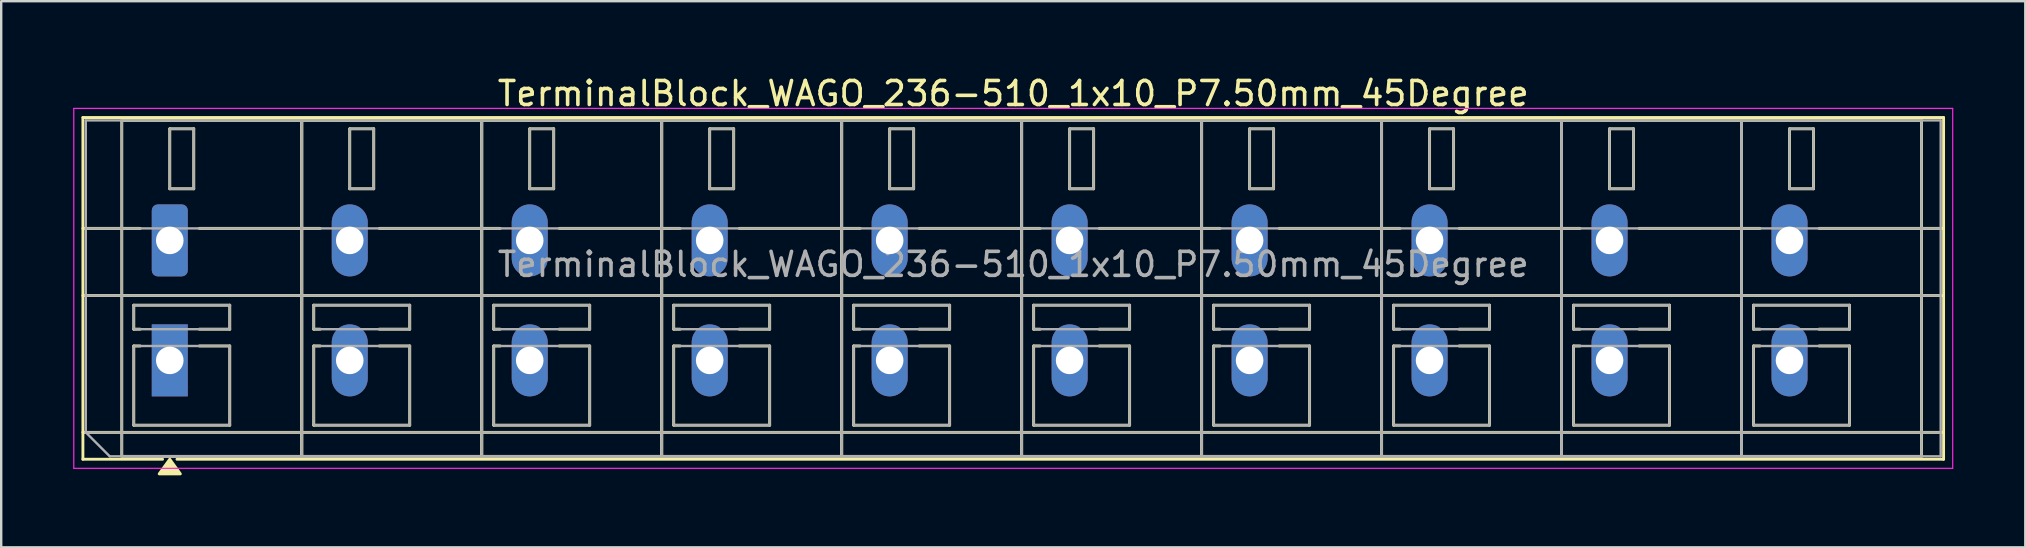
<source format=kicad_pcb>
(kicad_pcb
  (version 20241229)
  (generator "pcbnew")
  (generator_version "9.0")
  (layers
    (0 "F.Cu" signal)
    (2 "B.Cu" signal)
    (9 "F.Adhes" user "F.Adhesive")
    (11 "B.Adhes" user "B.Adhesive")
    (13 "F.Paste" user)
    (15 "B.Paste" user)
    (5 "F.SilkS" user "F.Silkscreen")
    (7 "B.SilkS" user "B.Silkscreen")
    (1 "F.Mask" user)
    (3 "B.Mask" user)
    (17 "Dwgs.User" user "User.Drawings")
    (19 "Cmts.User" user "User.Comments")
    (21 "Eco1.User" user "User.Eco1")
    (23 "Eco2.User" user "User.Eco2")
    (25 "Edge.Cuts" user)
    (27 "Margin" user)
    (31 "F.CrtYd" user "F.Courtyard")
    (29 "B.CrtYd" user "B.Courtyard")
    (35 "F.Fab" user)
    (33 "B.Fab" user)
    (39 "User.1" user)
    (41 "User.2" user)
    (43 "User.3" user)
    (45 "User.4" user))
  (footprint "TerminalBlock_WAGO_236-510_1x10_P7.50mm_45Degree"
    (layer "F.Cu")
    (at 4.025 6.968)
    (property "Reference" "TerminalBlock_WAGO_236-510_1x10_P7.50mm_45Degree" (at 35.15 -6.12 0) (layer "F.SilkS") (effects (font (size 1 1) (thickness 0.15))))
    (attr through_hole)
    (fp_line (start -3.62 -5.12) (end -3.62 9.12) (stroke (width 0.12) (type solid)) (layer "F.SilkS"))
    (fp_line (start -3.62 -5.12) (end 73.92 -5.12) (stroke (width 0.12) (type solid)) (layer "F.SilkS"))
    (fp_line (start -3.62 -0.5) (end -1.23 -0.5) (stroke (width 0.12) (type solid)) (layer "F.SilkS"))
    (fp_line (start -3.62 2.3) (end 73.92 2.3) (stroke (width 0.12) (type solid)) (layer "F.SilkS"))
    (fp_line (start -3.62 8) (end 73.92 8) (stroke (width 0.12) (type solid)) (layer "F.SilkS"))
    (fp_line (start -3.62 9.12) (end -0.3 9.12) (stroke (width 0.12) (type solid)) (layer "F.SilkS"))
    (fp_line (start -2 -5) (end -2 9) (stroke (width 0.12) (type solid)) (layer "F.SilkS"))
    (fp_line (start -2 -5) (end 5.5 -5) (stroke (width 0.12) (type solid)) (layer "F.SilkS"))
    (fp_line (start -2 9) (end 5.5 9) (stroke (width 0.12) (type solid)) (layer "F.SilkS"))
    (fp_line (start -1.5 2.7) (end -1.5 3.7) (stroke (width 0.12) (type solid)) (layer "F.SilkS"))
    (fp_line (start -1.5 2.7) (end 2.5 2.7) (stroke (width 0.12) (type solid)) (layer "F.SilkS"))
    (fp_line (start -1.5 3.7) (end -1.23 3.7) (stroke (width 0.12) (type solid)) (layer "F.SilkS"))
    (fp_line (start -1.5 4.4) (end -1.5 7.7) (stroke (width 0.12) (type solid)) (layer "F.SilkS"))
    (fp_line (start -1.5 4.4) (end -1.23 4.4) (stroke (width 0.12) (type solid)) (layer "F.SilkS"))
    (fp_line (start -1.5 7.7) (end 2.5 7.7) (stroke (width 0.12) (type solid)) (layer "F.SilkS"))
    (fp_line (start 0 -4.65) (end 0 -2.15) (stroke (width 0.12) (type solid)) (layer "F.SilkS"))
    (fp_line (start 0 -4.65) (end 1 -4.65) (stroke (width 0.12) (type solid)) (layer "F.SilkS"))
    (fp_line (start 0 -2.15) (end 1 -2.15) (stroke (width 0.12) (type solid)) (layer "F.SilkS"))
    (fp_line (start 0.3 9.12) (end 73.92 9.12) (stroke (width 0.12) (type solid)) (layer "F.SilkS"))
    (fp_line (start 1 -4.65) (end 1 -2.15) (stroke (width 0.12) (type solid)) (layer "F.SilkS"))
    (fp_line (start 1.23 -0.5) (end 6.27 -0.5) (stroke (width 0.12) (type solid)) (layer "F.SilkS"))
    (fp_line (start 1.23 3.7) (end 2.5 3.7) (stroke (width 0.12) (type solid)) (layer "F.SilkS"))
    (fp_line (start 1.23 4.4) (end 2.5 4.4) (stroke (width 0.12) (type solid)) (layer "F.SilkS"))
    (fp_line (start 2.5 2.7) (end 2.5 3.7) (stroke (width 0.12) (type solid)) (layer "F.SilkS"))
    (fp_line (start 2.5 4.4) (end 2.5 7.7) (stroke (width 0.12) (type solid)) (layer "F.SilkS"))
    (fp_line (start 5.5 -5) (end 5.5 9) (stroke (width 0.12) (type solid)) (layer "F.SilkS"))
    (fp_line (start 5.5 -5) (end 5.5 9) (stroke (width 0.12) (type solid)) (layer "F.SilkS"))
    (fp_line (start 5.5 -5) (end 13 -5) (stroke (width 0.12) (type solid)) (layer "F.SilkS"))
    (fp_line (start 5.5 9) (end 13 9) (stroke (width 0.12) (type solid)) (layer "F.SilkS"))
    (fp_line (start 6 2.7) (end 6 3.7) (stroke (width 0.12) (type solid)) (layer "F.SilkS"))
    (fp_line (start 6 2.7) (end 10 2.7) (stroke (width 0.12) (type solid)) (layer "F.SilkS"))
    (fp_line (start 6 3.7) (end 6.27 3.7) (stroke (width 0.12) (type solid)) (layer "F.SilkS"))
    (fp_line (start 6 4.4) (end 6 7.7) (stroke (width 0.12) (type solid)) (layer "F.SilkS"))
    (fp_line (start 6 4.4) (end 6.27 4.4) (stroke (width 0.12) (type solid)) (layer "F.SilkS"))
    (fp_line (start 6 7.7) (end 10 7.7) (stroke (width 0.12) (type solid)) (layer "F.SilkS"))
    (fp_line (start 7.5 -4.65) (end 7.5 -2.15) (stroke (width 0.12) (type solid)) (layer "F.SilkS"))
    (fp_line (start 7.5 -4.65) (end 8.5 -4.65) (stroke (width 0.12) (type solid)) (layer "F.SilkS"))
    (fp_line (start 7.5 -2.15) (end 8.5 -2.15) (stroke (width 0.12) (type solid)) (layer "F.SilkS"))
    (fp_line (start 8.5 -4.65) (end 8.5 -2.15) (stroke (width 0.12) (type solid)) (layer "F.SilkS"))
    (fp_line (start 8.73 -0.5) (end 13.77 -0.5) (stroke (width 0.12) (type solid)) (layer "F.SilkS"))
    (fp_line (start 8.73 3.7) (end 10 3.7) (stroke (width 0.12) (type solid)) (layer "F.SilkS"))
    (fp_line (start 8.73 4.4) (end 10 4.4) (stroke (width 0.12) (type solid)) (layer "F.SilkS"))
    (fp_line (start 10 2.7) (end 10 3.7) (stroke (width 0.12) (type solid)) (layer "F.SilkS"))
    (fp_line (start 10 4.4) (end 10 7.7) (stroke (width 0.12) (type solid)) (layer "F.SilkS"))
    (fp_line (start 13 -5) (end 13 9) (stroke (width 0.12) (type solid)) (layer "F.SilkS"))
    (fp_line (start 13 -5) (end 13 9) (stroke (width 0.12) (type solid)) (layer "F.SilkS"))
    (fp_line (start 13 -5) (end 20.5 -5) (stroke (width 0.12) (type solid)) (layer "F.SilkS"))
    (fp_line (start 13 9) (end 20.5 9) (stroke (width 0.12) (type solid)) (layer "F.SilkS"))
    (fp_line (start 13.5 2.7) (end 13.5 3.7) (stroke (width 0.12) (type solid)) (layer "F.SilkS"))
    (fp_line (start 13.5 2.7) (end 17.5 2.7) (stroke (width 0.12) (type solid)) (layer "F.SilkS"))
    (fp_line (start 13.5 3.7) (end 13.77 3.7) (stroke (width 0.12) (type solid)) (layer "F.SilkS"))
    (fp_line (start 13.5 4.4) (end 13.5 7.7) (stroke (width 0.12) (type solid)) (layer "F.SilkS"))
    (fp_line (start 13.5 4.4) (end 13.77 4.4) (stroke (width 0.12) (type solid)) (layer "F.SilkS"))
    (fp_line (start 13.5 7.7) (end 17.5 7.7) (stroke (width 0.12) (type solid)) (layer "F.SilkS"))
    (fp_line (start 15 -4.65) (end 15 -2.15) (stroke (width 0.12) (type solid)) (layer "F.SilkS"))
    (fp_line (start 15 -4.65) (end 16 -4.65) (stroke (width 0.12) (type solid)) (layer "F.SilkS"))
    (fp_line (start 15 -2.15) (end 16 -2.15) (stroke (width 0.12) (type solid)) (layer "F.SilkS"))
    (fp_line (start 16 -4.65) (end 16 -2.15) (stroke (width 0.12) (type solid)) (layer "F.SilkS"))
    (fp_line (start 16.23 -0.5) (end 21.27 -0.5) (stroke (width 0.12) (type solid)) (layer "F.SilkS"))
    (fp_line (start 16.23 3.7) (end 17.5 3.7) (stroke (width 0.12) (type solid)) (layer "F.SilkS"))
    (fp_line (start 16.23 4.4) (end 17.5 4.4) (stroke (width 0.12) (type solid)) (layer "F.SilkS"))
    (fp_line (start 17.5 2.7) (end 17.5 3.7) (stroke (width 0.12) (type solid)) (layer "F.SilkS"))
    (fp_line (start 17.5 4.4) (end 17.5 7.7) (stroke (width 0.12) (type solid)) (layer "F.SilkS"))
    (fp_line (start 20.5 -5) (end 20.5 9) (stroke (width 0.12) (type solid)) (layer "F.SilkS"))
    (fp_line (start 20.5 -5) (end 20.5 9) (stroke (width 0.12) (type solid)) (layer "F.SilkS"))
    (fp_line (start 20.5 -5) (end 28 -5) (stroke (width 0.12) (type solid)) (layer "F.SilkS"))
    (fp_line (start 20.5 9) (end 28 9) (stroke (width 0.12) (type solid)) (layer "F.SilkS"))
    (fp_line (start 21 2.7) (end 21 3.7) (stroke (width 0.12) (type solid)) (layer "F.SilkS"))
    (fp_line (start 21 2.7) (end 25 2.7) (stroke (width 0.12) (type solid)) (layer "F.SilkS"))
    (fp_line (start 21 3.7) (end 21.27 3.7) (stroke (width 0.12) (type solid)) (layer "F.SilkS"))
    (fp_line (start 21 4.4) (end 21 7.7) (stroke (width 0.12) (type solid)) (layer "F.SilkS"))
    (fp_line (start 21 4.4) (end 21.27 4.4) (stroke (width 0.12) (type solid)) (layer "F.SilkS"))
    (fp_line (start 21 7.7) (end 25 7.7) (stroke (width 0.12) (type solid)) (layer "F.SilkS"))
    (fp_line (start 22.5 -4.65) (end 22.5 -2.15) (stroke (width 0.12) (type solid)) (layer "F.SilkS"))
    (fp_line (start 22.5 -4.65) (end 23.5 -4.65) (stroke (width 0.12) (type solid)) (layer "F.SilkS"))
    (fp_line (start 22.5 -2.15) (end 23.5 -2.15) (stroke (width 0.12) (type solid)) (layer "F.SilkS"))
    (fp_line (start 23.5 -4.65) (end 23.5 -2.15) (stroke (width 0.12) (type solid)) (layer "F.SilkS"))
    (fp_line (start 23.73 -0.5) (end 28.77 -0.5) (stroke (width 0.12) (type solid)) (layer "F.SilkS"))
    (fp_line (start 23.73 3.7) (end 25 3.7) (stroke (width 0.12) (type solid)) (layer "F.SilkS"))
    (fp_line (start 23.73 4.4) (end 25 4.4) (stroke (width 0.12) (type solid)) (layer "F.SilkS"))
    (fp_line (start 25 2.7) (end 25 3.7) (stroke (width 0.12) (type solid)) (layer "F.SilkS"))
    (fp_line (start 25 4.4) (end 25 7.7) (stroke (width 0.12) (type solid)) (layer "F.SilkS"))
    (fp_line (start 28 -5) (end 28 9) (stroke (width 0.12) (type solid)) (layer "F.SilkS"))
    (fp_line (start 28 -5) (end 28 9) (stroke (width 0.12) (type solid)) (layer "F.SilkS"))
    (fp_line (start 28 -5) (end 35.5 -5) (stroke (width 0.12) (type solid)) (layer "F.SilkS"))
    (fp_line (start 28 9) (end 35.5 9) (stroke (width 0.12) (type solid)) (layer "F.SilkS"))
    (fp_line (start 28.5 2.7) (end 28.5 3.7) (stroke (width 0.12) (type solid)) (layer "F.SilkS"))
    (fp_line (start 28.5 2.7) (end 32.5 2.7) (stroke (width 0.12) (type solid)) (layer "F.SilkS"))
    (fp_line (start 28.5 3.7) (end 28.77 3.7) (stroke (width 0.12) (type solid)) (layer "F.SilkS"))
    (fp_line (start 28.5 4.4) (end 28.5 7.7) (stroke (width 0.12) (type solid)) (layer "F.SilkS"))
    (fp_line (start 28.5 4.4) (end 28.77 4.4) (stroke (width 0.12) (type solid)) (layer "F.SilkS"))
    (fp_line (start 28.5 7.7) (end 32.5 7.7) (stroke (width 0.12) (type solid)) (layer "F.SilkS"))
    (fp_line (start 30 -4.65) (end 30 -2.15) (stroke (width 0.12) (type solid)) (layer "F.SilkS"))
    (fp_line (start 30 -4.65) (end 31 -4.65) (stroke (width 0.12) (type solid)) (layer "F.SilkS"))
    (fp_line (start 30 -2.15) (end 31 -2.15) (stroke (width 0.12) (type solid)) (layer "F.SilkS"))
    (fp_line (start 31 -4.65) (end 31 -2.15) (stroke (width 0.12) (type solid)) (layer "F.SilkS"))
    (fp_line (start 31.23 -0.5) (end 36.27 -0.5) (stroke (width 0.12) (type solid)) (layer "F.SilkS"))
    (fp_line (start 31.23 3.7) (end 32.5 3.7) (stroke (width 0.12) (type solid)) (layer "F.SilkS"))
    (fp_line (start 31.23 4.4) (end 32.5 4.4) (stroke (width 0.12) (type solid)) (layer "F.SilkS"))
    (fp_line (start 32.5 2.7) (end 32.5 3.7) (stroke (width 0.12) (type solid)) (layer "F.SilkS"))
    (fp_line (start 32.5 4.4) (end 32.5 7.7) (stroke (width 0.12) (type solid)) (layer "F.SilkS"))
    (fp_line (start 35.5 -5) (end 35.5 9) (stroke (width 0.12) (type solid)) (layer "F.SilkS"))
    (fp_line (start 35.5 -5) (end 35.5 9) (stroke (width 0.12) (type solid)) (layer "F.SilkS"))
    (fp_line (start 35.5 -5) (end 43 -5) (stroke (width 0.12) (type solid)) (layer "F.SilkS"))
    (fp_line (start 35.5 9) (end 43 9) (stroke (width 0.12) (type solid)) (layer "F.SilkS"))
    (fp_line (start 36 2.7) (end 36 3.7) (stroke (width 0.12) (type solid)) (layer "F.SilkS"))
    (fp_line (start 36 2.7) (end 40 2.7) (stroke (width 0.12) (type solid)) (layer "F.SilkS"))
    (fp_line (start 36 3.7) (end 36.27 3.7) (stroke (width 0.12) (type solid)) (layer "F.SilkS"))
    (fp_line (start 36 4.4) (end 36 7.7) (stroke (width 0.12) (type solid)) (layer "F.SilkS"))
    (fp_line (start 36 4.4) (end 36.27 4.4) (stroke (width 0.12) (type solid)) (layer "F.SilkS"))
    (fp_line (start 36 7.7) (end 40 7.7) (stroke (width 0.12) (type solid)) (layer "F.SilkS"))
    (fp_line (start 37.5 -4.65) (end 37.5 -2.15) (stroke (width 0.12) (type solid)) (layer "F.SilkS"))
    (fp_line (start 37.5 -4.65) (end 38.5 -4.65) (stroke (width 0.12) (type solid)) (layer "F.SilkS"))
    (fp_line (start 37.5 -2.15) (end 38.5 -2.15) (stroke (width 0.12) (type solid)) (layer "F.SilkS"))
    (fp_line (start 38.5 -4.65) (end 38.5 -2.15) (stroke (width 0.12) (type solid)) (layer "F.SilkS"))
    (fp_line (start 38.73 -0.5) (end 43.77 -0.5) (stroke (width 0.12) (type solid)) (layer "F.SilkS"))
    (fp_line (start 38.73 3.7) (end 40 3.7) (stroke (width 0.12) (type solid)) (layer "F.SilkS"))
    (fp_line (start 38.73 4.4) (end 40 4.4) (stroke (width 0.12) (type solid)) (layer "F.SilkS"))
    (fp_line (start 40 2.7) (end 40 3.7) (stroke (width 0.12) (type solid)) (layer "F.SilkS"))
    (fp_line (start 40 4.4) (end 40 7.7) (stroke (width 0.12) (type solid)) (layer "F.SilkS"))
    (fp_line (start 43 -5) (end 43 9) (stroke (width 0.12) (type solid)) (layer "F.SilkS"))
    (fp_line (start 43 -5) (end 43 9) (stroke (width 0.12) (type solid)) (layer "F.SilkS"))
    (fp_line (start 43 -5) (end 50.5 -5) (stroke (width 0.12) (type solid)) (layer "F.SilkS"))
    (fp_line (start 43 9) (end 50.5 9) (stroke (width 0.12) (type solid)) (layer "F.SilkS"))
    (fp_line (start 43.5 2.7) (end 43.5 3.7) (stroke (width 0.12) (type solid)) (layer "F.SilkS"))
    (fp_line (start 43.5 2.7) (end 47.5 2.7) (stroke (width 0.12) (type solid)) (layer "F.SilkS"))
    (fp_line (start 43.5 3.7) (end 43.77 3.7) (stroke (width 0.12) (type solid)) (layer "F.SilkS"))
    (fp_line (start 43.5 4.4) (end 43.5 7.7) (stroke (width 0.12) (type solid)) (layer "F.SilkS"))
    (fp_line (start 43.5 4.4) (end 43.77 4.4) (stroke (width 0.12) (type solid)) (layer "F.SilkS"))
    (fp_line (start 43.5 7.7) (end 47.5 7.7) (stroke (width 0.12) (type solid)) (layer "F.SilkS"))
    (fp_line (start 45 -4.65) (end 45 -2.15) (stroke (width 0.12) (type solid)) (layer "F.SilkS"))
    (fp_line (start 45 -4.65) (end 46 -4.65) (stroke (width 0.12) (type solid)) (layer "F.SilkS"))
    (fp_line (start 45 -2.15) (end 46 -2.15) (stroke (width 0.12) (type solid)) (layer "F.SilkS"))
    (fp_line (start 46 -4.65) (end 46 -2.15) (stroke (width 0.12) (type solid)) (layer "F.SilkS"))
    (fp_line (start 46.23 -0.5) (end 51.27 -0.5) (stroke (width 0.12) (type solid)) (layer "F.SilkS"))
    (fp_line (start 46.23 3.7) (end 47.5 3.7) (stroke (width 0.12) (type solid)) (layer "F.SilkS"))
    (fp_line (start 46.23 4.4) (end 47.5 4.4) (stroke (width 0.12) (type solid)) (layer "F.SilkS"))
    (fp_line (start 47.5 2.7) (end 47.5 3.7) (stroke (width 0.12) (type solid)) (layer "F.SilkS"))
    (fp_line (start 47.5 4.4) (end 47.5 7.7) (stroke (width 0.12) (type solid)) (layer "F.SilkS"))
    (fp_line (start 50.5 -5) (end 50.5 9) (stroke (width 0.12) (type solid)) (layer "F.SilkS"))
    (fp_line (start 50.5 -5) (end 50.5 9) (stroke (width 0.12) (type solid)) (layer "F.SilkS"))
    (fp_line (start 50.5 -5) (end 58 -5) (stroke (width 0.12) (type solid)) (layer "F.SilkS"))
    (fp_line (start 50.5 9) (end 58 9) (stroke (width 0.12) (type solid)) (layer "F.SilkS"))
    (fp_line (start 51 2.7) (end 51 3.7) (stroke (width 0.12) (type solid)) (layer "F.SilkS"))
    (fp_line (start 51 2.7) (end 55 2.7) (stroke (width 0.12) (type solid)) (layer "F.SilkS"))
    (fp_line (start 51 3.7) (end 51.27 3.7) (stroke (width 0.12) (type solid)) (layer "F.SilkS"))
    (fp_line (start 51 4.4) (end 51 7.7) (stroke (width 0.12) (type solid)) (layer "F.SilkS"))
    (fp_line (start 51 4.4) (end 51.27 4.4) (stroke (width 0.12) (type solid)) (layer "F.SilkS"))
    (fp_line (start 51 7.7) (end 55 7.7) (stroke (width 0.12) (type solid)) (layer "F.SilkS"))
    (fp_line (start 52.5 -4.65) (end 52.5 -2.15) (stroke (width 0.12) (type solid)) (layer "F.SilkS"))
    (fp_line (start 52.5 -4.65) (end 53.5 -4.65) (stroke (width 0.12) (type solid)) (layer "F.SilkS"))
    (fp_line (start 52.5 -2.15) (end 53.5 -2.15) (stroke (width 0.12) (type solid)) (layer "F.SilkS"))
    (fp_line (start 53.5 -4.65) (end 53.5 -2.15) (stroke (width 0.12) (type solid)) (layer "F.SilkS"))
    (fp_line (start 53.73 -0.5) (end 58.77 -0.5) (stroke (width 0.12) (type solid)) (layer "F.SilkS"))
    (fp_line (start 53.73 3.7) (end 55 3.7) (stroke (width 0.12) (type solid)) (layer "F.SilkS"))
    (fp_line (start 53.73 4.4) (end 55 4.4) (stroke (width 0.12) (type solid)) (layer "F.SilkS"))
    (fp_line (start 55 2.7) (end 55 3.7) (stroke (width 0.12) (type solid)) (layer "F.SilkS"))
    (fp_line (start 55 4.4) (end 55 7.7) (stroke (width 0.12) (type solid)) (layer "F.SilkS"))
    (fp_line (start 58 -5) (end 58 9) (stroke (width 0.12) (type solid)) (layer "F.SilkS"))
    (fp_line (start 58 -5) (end 58 9) (stroke (width 0.12) (type solid)) (layer "F.SilkS"))
    (fp_line (start 58 -5) (end 65.5 -5) (stroke (width 0.12) (type solid)) (layer "F.SilkS"))
    (fp_line (start 58 9) (end 65.5 9) (stroke (width 0.12) (type solid)) (layer "F.SilkS"))
    (fp_line (start 58.5 2.7) (end 58.5 3.7) (stroke (width 0.12) (type solid)) (layer "F.SilkS"))
    (fp_line (start 58.5 2.7) (end 62.5 2.7) (stroke (width 0.12) (type solid)) (layer "F.SilkS"))
    (fp_line (start 58.5 3.7) (end 58.77 3.7) (stroke (width 0.12) (type solid)) (layer "F.SilkS"))
    (fp_line (start 58.5 4.4) (end 58.5 7.7) (stroke (width 0.12) (type solid)) (layer "F.SilkS"))
    (fp_line (start 58.5 4.4) (end 58.77 4.4) (stroke (width 0.12) (type solid)) (layer "F.SilkS"))
    (fp_line (start 58.5 7.7) (end 62.5 7.7) (stroke (width 0.12) (type solid)) (layer "F.SilkS"))
    (fp_line (start 60 -4.65) (end 60 -2.15) (stroke (width 0.12) (type solid)) (layer "F.SilkS"))
    (fp_line (start 60 -4.65) (end 61 -4.65) (stroke (width 0.12) (type solid)) (layer "F.SilkS"))
    (fp_line (start 60 -2.15) (end 61 -2.15) (stroke (width 0.12) (type solid)) (layer "F.SilkS"))
    (fp_line (start 61 -4.65) (end 61 -2.15) (stroke (width 0.12) (type solid)) (layer "F.SilkS"))
    (fp_line (start 61.23 -0.5) (end 66.27 -0.5) (stroke (width 0.12) (type solid)) (layer "F.SilkS"))
    (fp_line (start 61.23 3.7) (end 62.5 3.7) (stroke (width 0.12) (type solid)) (layer "F.SilkS"))
    (fp_line (start 61.23 4.4) (end 62.5 4.4) (stroke (width 0.12) (type solid)) (layer "F.SilkS"))
    (fp_line (start 62.5 2.7) (end 62.5 3.7) (stroke (width 0.12) (type solid)) (layer "F.SilkS"))
    (fp_line (start 62.5 4.4) (end 62.5 7.7) (stroke (width 0.12) (type solid)) (layer "F.SilkS"))
    (fp_line (start 65.5 -5) (end 65.5 9) (stroke (width 0.12) (type solid)) (layer "F.SilkS"))
    (fp_line (start 65.5 -5) (end 65.5 9) (stroke (width 0.12) (type solid)) (layer "F.SilkS"))
    (fp_line (start 65.5 -5) (end 73 -5) (stroke (width 0.12) (type solid)) (layer "F.SilkS"))
    (fp_line (start 65.5 9) (end 73 9) (stroke (width 0.12) (type solid)) (layer "F.SilkS"))
    (fp_line (start 66 2.7) (end 66 3.7) (stroke (width 0.12) (type solid)) (layer "F.SilkS"))
    (fp_line (start 66 2.7) (end 70 2.7) (stroke (width 0.12) (type solid)) (layer "F.SilkS"))
    (fp_line (start 66 3.7) (end 66.27 3.7) (stroke (width 0.12) (type solid)) (layer "F.SilkS"))
    (fp_line (start 66 4.4) (end 66 7.7) (stroke (width 0.12) (type solid)) (layer "F.SilkS"))
    (fp_line (start 66 4.4) (end 66.27 4.4) (stroke (width 0.12) (type solid)) (layer "F.SilkS"))
    (fp_line (start 66 7.7) (end 70 7.7) (stroke (width 0.12) (type solid)) (layer "F.SilkS"))
    (fp_line (start 67.5 -4.65) (end 67.5 -2.15) (stroke (width 0.12) (type solid)) (layer "F.SilkS"))
    (fp_line (start 67.5 -4.65) (end 68.5 -4.65) (stroke (width 0.12) (type solid)) (layer "F.SilkS"))
    (fp_line (start 67.5 -2.15) (end 68.5 -2.15) (stroke (width 0.12) (type solid)) (layer "F.SilkS"))
    (fp_line (start 68.5 -4.65) (end 68.5 -2.15) (stroke (width 0.12) (type solid)) (layer "F.SilkS"))
    (fp_line (start 68.73 -0.5) (end 73.92 -0.5) (stroke (width 0.12) (type solid)) (layer "F.SilkS"))
    (fp_line (start 68.73 3.7) (end 70 3.7) (stroke (width 0.12) (type solid)) (layer "F.SilkS"))
    (fp_line (start 68.73 4.4) (end 70 4.4) (stroke (width 0.12) (type solid)) (layer "F.SilkS"))
    (fp_line (start 70 2.7) (end 70 3.7) (stroke (width 0.12) (type solid)) (layer "F.SilkS"))
    (fp_line (start 70 4.4) (end 70 7.7) (stroke (width 0.12) (type solid)) (layer "F.SilkS"))
    (fp_line (start 73 -5) (end 73 9) (stroke (width 0.12) (type solid)) (layer "F.SilkS"))
    (fp_line (start 73.92 -5.12) (end 73.92 9.12) (stroke (width 0.12) (type solid)) (layer "F.SilkS"))
    (fp_poly (pts (xy 0 9.12) (xy 0.44 9.73) (xy -0.44 9.73)) (stroke (width 0.12) (type solid)) (fill yes) (layer "F.SilkS"))
    (fp_line (start -4 -5.5) (end -4 9.5) (stroke (width 0.05) (type solid)) (layer "F.CrtYd"))
    (fp_line (start -4 9.5) (end 74.3 9.5) (stroke (width 0.05) (type solid)) (layer "F.CrtYd"))
    (fp_line (start 74.3 -5.5) (end -4 -5.5) (stroke (width 0.05) (type solid)) (layer "F.CrtYd"))
    (fp_line (start 74.3 9.5) (end 74.3 -5.5) (stroke (width 0.05) (type solid)) (layer "F.CrtYd"))
    (fp_line (start -3.5 -5) (end 73.8 -5) (stroke (width 0.1) (type solid)) (layer "F.Fab"))
    (fp_line (start -3.5 -0.5) (end 73.8 -0.5) (stroke (width 0.1) (type solid)) (layer "F.Fab"))
    (fp_line (start -3.5 2.3) (end 73.8 2.3) (stroke (width 0.1) (type solid)) (layer "F.Fab"))
    (fp_line (start -3.5 8) (end -3.5 -5) (stroke (width 0.1) (type solid)) (layer "F.Fab"))
    (fp_line (start -3.5 8) (end 73.8 8) (stroke (width 0.1) (type solid)) (layer "F.Fab"))
    (fp_line (start -2.5 9) (end -3.5 8) (stroke (width 0.1) (type solid)) (layer "F.Fab"))
    (fp_line (start -2 -5) (end -2 9) (stroke (width 0.1) (type solid)) (layer "F.Fab"))
    (fp_line (start -2 9) (end 5.5 9) (stroke (width 0.1) (type solid)) (layer "F.Fab"))
    (fp_line (start -1.5 2.7) (end -1.5 3.7) (stroke (width 0.1) (type solid)) (layer "F.Fab"))
    (fp_line (start -1.5 3.7) (end 2.5 3.7) (stroke (width 0.1) (type solid)) (layer "F.Fab"))
    (fp_line (start -1.5 4.4) (end -1.5 7.7) (stroke (width 0.1) (type solid)) (layer "F.Fab"))
    (fp_line (start -1.5 7.7) (end 2.5 7.7) (stroke (width 0.1) (type solid)) (layer "F.Fab"))
    (fp_line (start 0 -4.65) (end 0 -2.15) (stroke (width 0.1) (type solid)) (layer "F.Fab"))
    (fp_line (start 0 -2.15) (end 1 -2.15) (stroke (width 0.1) (type solid)) (layer "F.Fab"))
    (fp_line (start 1 -4.65) (end 0 -4.65) (stroke (width 0.1) (type solid)) (layer "F.Fab"))
    (fp_line (start 1 -2.15) (end 1 -4.65) (stroke (width 0.1) (type solid)) (layer "F.Fab"))
    (fp_line (start 2.5 2.7) (end -1.5 2.7) (stroke (width 0.1) (type solid)) (layer "F.Fab"))
    (fp_line (start 2.5 3.7) (end 2.5 2.7) (stroke (width 0.1) (type solid)) (layer "F.Fab"))
    (fp_line (start 2.5 4.4) (end -1.5 4.4) (stroke (width 0.1) (type solid)) (layer "F.Fab"))
    (fp_line (start 2.5 7.7) (end 2.5 4.4) (stroke (width 0.1) (type solid)) (layer "F.Fab"))
    (fp_line (start 5.5 -5) (end -2 -5) (stroke (width 0.1) (type solid)) (layer "F.Fab"))
    (fp_line (start 5.5 -5) (end 5.5 9) (stroke (width 0.1) (type solid)) (layer "F.Fab"))
    (fp_line (start 5.5 9) (end 5.5 -5) (stroke (width 0.1) (type solid)) (layer "F.Fab"))
    (fp_line (start 5.5 9) (end 13 9) (stroke (width 0.1) (type solid)) (layer "F.Fab"))
    (fp_line (start 6 2.7) (end 6 3.7) (stroke (width 0.1) (type solid)) (layer "F.Fab"))
    (fp_line (start 6 3.7) (end 10 3.7) (stroke (width 0.1) (type solid)) (layer "F.Fab"))
    (fp_line (start 6 4.4) (end 6 7.7) (stroke (width 0.1) (type solid)) (layer "F.Fab"))
    (fp_line (start 6 7.7) (end 10 7.7) (stroke (width 0.1) (type solid)) (layer "F.Fab"))
    (fp_line (start 7.5 -4.65) (end 7.5 -2.15) (stroke (width 0.1) (type solid)) (layer "F.Fab"))
    (fp_line (start 7.5 -2.15) (end 8.5 -2.15) (stroke (width 0.1) (type solid)) (layer "F.Fab"))
    (fp_line (start 8.5 -4.65) (end 7.5 -4.65) (stroke (width 0.1) (type solid)) (layer "F.Fab"))
    (fp_line (start 8.5 -2.15) (end 8.5 -4.65) (stroke (width 0.1) (type solid)) (layer "F.Fab"))
    (fp_line (start 10 2.7) (end 6 2.7) (stroke (width 0.1) (type solid)) (layer "F.Fab"))
    (fp_line (start 10 3.7) (end 10 2.7) (stroke (width 0.1) (type solid)) (layer "F.Fab"))
    (fp_line (start 10 4.4) (end 6 4.4) (stroke (width 0.1) (type solid)) (layer "F.Fab"))
    (fp_line (start 10 7.7) (end 10 4.4) (stroke (width 0.1) (type solid)) (layer "F.Fab"))
    (fp_line (start 13 -5) (end 5.5 -5) (stroke (width 0.1) (type solid)) (layer "F.Fab"))
    (fp_line (start 13 -5) (end 13 9) (stroke (width 0.1) (type solid)) (layer "F.Fab"))
    (fp_line (start 13 9) (end 13 -5) (stroke (width 0.1) (type solid)) (layer "F.Fab"))
    (fp_line (start 13 9) (end 20.5 9) (stroke (width 0.1) (type solid)) (layer "F.Fab"))
    (fp_line (start 13.5 2.7) (end 13.5 3.7) (stroke (width 0.1) (type solid)) (layer "F.Fab"))
    (fp_line (start 13.5 3.7) (end 17.5 3.7) (stroke (width 0.1) (type solid)) (layer "F.Fab"))
    (fp_line (start 13.5 4.4) (end 13.5 7.7) (stroke (width 0.1) (type solid)) (layer "F.Fab"))
    (fp_line (start 13.5 7.7) (end 17.5 7.7) (stroke (width 0.1) (type solid)) (layer "F.Fab"))
    (fp_line (start 15 -4.65) (end 15 -2.15) (stroke (width 0.1) (type solid)) (layer "F.Fab"))
    (fp_line (start 15 -2.15) (end 16 -2.15) (stroke (width 0.1) (type solid)) (layer "F.Fab"))
    (fp_line (start 16 -4.65) (end 15 -4.65) (stroke (width 0.1) (type solid)) (layer "F.Fab"))
    (fp_line (start 16 -2.15) (end 16 -4.65) (stroke (width 0.1) (type solid)) (layer "F.Fab"))
    (fp_line (start 17.5 2.7) (end 13.5 2.7) (stroke (width 0.1) (type solid)) (layer "F.Fab"))
    (fp_line (start 17.5 3.7) (end 17.5 2.7) (stroke (width 0.1) (type solid)) (layer "F.Fab"))
    (fp_line (start 17.5 4.4) (end 13.5 4.4) (stroke (width 0.1) (type solid)) (layer "F.Fab"))
    (fp_line (start 17.5 7.7) (end 17.5 4.4) (stroke (width 0.1) (type solid)) (layer "F.Fab"))
    (fp_line (start 20.5 -5) (end 13 -5) (stroke (width 0.1) (type solid)) (layer "F.Fab"))
    (fp_line (start 20.5 -5) (end 20.5 9) (stroke (width 0.1) (type solid)) (layer "F.Fab"))
    (fp_line (start 20.5 9) (end 20.5 -5) (stroke (width 0.1) (type solid)) (layer "F.Fab"))
    (fp_line (start 20.5 9) (end 28 9) (stroke (width 0.1) (type solid)) (layer "F.Fab"))
    (fp_line (start 21 2.7) (end 21 3.7) (stroke (width 0.1) (type solid)) (layer "F.Fab"))
    (fp_line (start 21 3.7) (end 25 3.7) (stroke (width 0.1) (type solid)) (layer "F.Fab"))
    (fp_line (start 21 4.4) (end 21 7.7) (stroke (width 0.1) (type solid)) (layer "F.Fab"))
    (fp_line (start 21 7.7) (end 25 7.7) (stroke (width 0.1) (type solid)) (layer "F.Fab"))
    (fp_line (start 22.5 -4.65) (end 22.5 -2.15) (stroke (width 0.1) (type solid)) (layer "F.Fab"))
    (fp_line (start 22.5 -2.15) (end 23.5 -2.15) (stroke (width 0.1) (type solid)) (layer "F.Fab"))
    (fp_line (start 23.5 -4.65) (end 22.5 -4.65) (stroke (width 0.1) (type solid)) (layer "F.Fab"))
    (fp_line (start 23.5 -2.15) (end 23.5 -4.65) (stroke (width 0.1) (type solid)) (layer "F.Fab"))
    (fp_line (start 25 2.7) (end 21 2.7) (stroke (width 0.1) (type solid)) (layer "F.Fab"))
    (fp_line (start 25 3.7) (end 25 2.7) (stroke (width 0.1) (type solid)) (layer "F.Fab"))
    (fp_line (start 25 4.4) (end 21 4.4) (stroke (width 0.1) (type solid)) (layer "F.Fab"))
    (fp_line (start 25 7.7) (end 25 4.4) (stroke (width 0.1) (type solid)) (layer "F.Fab"))
    (fp_line (start 28 -5) (end 20.5 -5) (stroke (width 0.1) (type solid)) (layer "F.Fab"))
    (fp_line (start 28 -5) (end 28 9) (stroke (width 0.1) (type solid)) (layer "F.Fab"))
    (fp_line (start 28 9) (end 28 -5) (stroke (width 0.1) (type solid)) (layer "F.Fab"))
    (fp_line (start 28 9) (end 35.5 9) (stroke (width 0.1) (type solid)) (layer "F.Fab"))
    (fp_line (start 28.5 2.7) (end 28.5 3.7) (stroke (width 0.1) (type solid)) (layer "F.Fab"))
    (fp_line (start 28.5 3.7) (end 32.5 3.7) (stroke (width 0.1) (type solid)) (layer "F.Fab"))
    (fp_line (start 28.5 4.4) (end 28.5 7.7) (stroke (width 0.1) (type solid)) (layer "F.Fab"))
    (fp_line (start 28.5 7.7) (end 32.5 7.7) (stroke (width 0.1) (type solid)) (layer "F.Fab"))
    (fp_line (start 30 -4.65) (end 30 -2.15) (stroke (width 0.1) (type solid)) (layer "F.Fab"))
    (fp_line (start 30 -2.15) (end 31 -2.15) (stroke (width 0.1) (type solid)) (layer "F.Fab"))
    (fp_line (start 31 -4.65) (end 30 -4.65) (stroke (width 0.1) (type solid)) (layer "F.Fab"))
    (fp_line (start 31 -2.15) (end 31 -4.65) (stroke (width 0.1) (type solid)) (layer "F.Fab"))
    (fp_line (start 32.5 2.7) (end 28.5 2.7) (stroke (width 0.1) (type solid)) (layer "F.Fab"))
    (fp_line (start 32.5 3.7) (end 32.5 2.7) (stroke (width 0.1) (type solid)) (layer "F.Fab"))
    (fp_line (start 32.5 4.4) (end 28.5 4.4) (stroke (width 0.1) (type solid)) (layer "F.Fab"))
    (fp_line (start 32.5 7.7) (end 32.5 4.4) (stroke (width 0.1) (type solid)) (layer "F.Fab"))
    (fp_line (start 35.5 -5) (end 28 -5) (stroke (width 0.1) (type solid)) (layer "F.Fab"))
    (fp_line (start 35.5 -5) (end 35.5 9) (stroke (width 0.1) (type solid)) (layer "F.Fab"))
    (fp_line (start 35.5 9) (end 35.5 -5) (stroke (width 0.1) (type solid)) (layer "F.Fab"))
    (fp_line (start 35.5 9) (end 43 9) (stroke (width 0.1) (type solid)) (layer "F.Fab"))
    (fp_line (start 36 2.7) (end 36 3.7) (stroke (width 0.1) (type solid)) (layer "F.Fab"))
    (fp_line (start 36 3.7) (end 40 3.7) (stroke (width 0.1) (type solid)) (layer "F.Fab"))
    (fp_line (start 36 4.4) (end 36 7.7) (stroke (width 0.1) (type solid)) (layer "F.Fab"))
    (fp_line (start 36 7.7) (end 40 7.7) (stroke (width 0.1) (type solid)) (layer "F.Fab"))
    (fp_line (start 37.5 -4.65) (end 37.5 -2.15) (stroke (width 0.1) (type solid)) (layer "F.Fab"))
    (fp_line (start 37.5 -2.15) (end 38.5 -2.15) (stroke (width 0.1) (type solid)) (layer "F.Fab"))
    (fp_line (start 38.5 -4.65) (end 37.5 -4.65) (stroke (width 0.1) (type solid)) (layer "F.Fab"))
    (fp_line (start 38.5 -2.15) (end 38.5 -4.65) (stroke (width 0.1) (type solid)) (layer "F.Fab"))
    (fp_line (start 40 2.7) (end 36 2.7) (stroke (width 0.1) (type solid)) (layer "F.Fab"))
    (fp_line (start 40 3.7) (end 40 2.7) (stroke (width 0.1) (type solid)) (layer "F.Fab"))
    (fp_line (start 40 4.4) (end 36 4.4) (stroke (width 0.1) (type solid)) (layer "F.Fab"))
    (fp_line (start 40 7.7) (end 40 4.4) (stroke (width 0.1) (type solid)) (layer "F.Fab"))
    (fp_line (start 43 -5) (end 35.5 -5) (stroke (width 0.1) (type solid)) (layer "F.Fab"))
    (fp_line (start 43 -5) (end 43 9) (stroke (width 0.1) (type solid)) (layer "F.Fab"))
    (fp_line (start 43 9) (end 43 -5) (stroke (width 0.1) (type solid)) (layer "F.Fab"))
    (fp_line (start 43 9) (end 50.5 9) (stroke (width 0.1) (type solid)) (layer "F.Fab"))
    (fp_line (start 43.5 2.7) (end 43.5 3.7) (stroke (width 0.1) (type solid)) (layer "F.Fab"))
    (fp_line (start 43.5 3.7) (end 47.5 3.7) (stroke (width 0.1) (type solid)) (layer "F.Fab"))
    (fp_line (start 43.5 4.4) (end 43.5 7.7) (stroke (width 0.1) (type solid)) (layer "F.Fab"))
    (fp_line (start 43.5 7.7) (end 47.5 7.7) (stroke (width 0.1) (type solid)) (layer "F.Fab"))
    (fp_line (start 45 -4.65) (end 45 -2.15) (stroke (width 0.1) (type solid)) (layer "F.Fab"))
    (fp_line (start 45 -2.15) (end 46 -2.15) (stroke (width 0.1) (type solid)) (layer "F.Fab"))
    (fp_line (start 46 -4.65) (end 45 -4.65) (stroke (width 0.1) (type solid)) (layer "F.Fab"))
    (fp_line (start 46 -2.15) (end 46 -4.65) (stroke (width 0.1) (type solid)) (layer "F.Fab"))
    (fp_line (start 47.5 2.7) (end 43.5 2.7) (stroke (width 0.1) (type solid)) (layer "F.Fab"))
    (fp_line (start 47.5 3.7) (end 47.5 2.7) (stroke (width 0.1) (type solid)) (layer "F.Fab"))
    (fp_line (start 47.5 4.4) (end 43.5 4.4) (stroke (width 0.1) (type solid)) (layer "F.Fab"))
    (fp_line (start 47.5 7.7) (end 47.5 4.4) (stroke (width 0.1) (type solid)) (layer "F.Fab"))
    (fp_line (start 50.5 -5) (end 43 -5) (stroke (width 0.1) (type solid)) (layer "F.Fab"))
    (fp_line (start 50.5 -5) (end 50.5 9) (stroke (width 0.1) (type solid)) (layer "F.Fab"))
    (fp_line (start 50.5 9) (end 50.5 -5) (stroke (width 0.1) (type solid)) (layer "F.Fab"))
    (fp_line (start 50.5 9) (end 58 9) (stroke (width 0.1) (type solid)) (layer "F.Fab"))
    (fp_line (start 51 2.7) (end 51 3.7) (stroke (width 0.1) (type solid)) (layer "F.Fab"))
    (fp_line (start 51 3.7) (end 55 3.7) (stroke (width 0.1) (type solid)) (layer "F.Fab"))
    (fp_line (start 51 4.4) (end 51 7.7) (stroke (width 0.1) (type solid)) (layer "F.Fab"))
    (fp_line (start 51 7.7) (end 55 7.7) (stroke (width 0.1) (type solid)) (layer "F.Fab"))
    (fp_line (start 52.5 -4.65) (end 52.5 -2.15) (stroke (width 0.1) (type solid)) (layer "F.Fab"))
    (fp_line (start 52.5 -2.15) (end 53.5 -2.15) (stroke (width 0.1) (type solid)) (layer "F.Fab"))
    (fp_line (start 53.5 -4.65) (end 52.5 -4.65) (stroke (width 0.1) (type solid)) (layer "F.Fab"))
    (fp_line (start 53.5 -2.15) (end 53.5 -4.65) (stroke (width 0.1) (type solid)) (layer "F.Fab"))
    (fp_line (start 55 2.7) (end 51 2.7) (stroke (width 0.1) (type solid)) (layer "F.Fab"))
    (fp_line (start 55 3.7) (end 55 2.7) (stroke (width 0.1) (type solid)) (layer "F.Fab"))
    (fp_line (start 55 4.4) (end 51 4.4) (stroke (width 0.1) (type solid)) (layer "F.Fab"))
    (fp_line (start 55 7.7) (end 55 4.4) (stroke (width 0.1) (type solid)) (layer "F.Fab"))
    (fp_line (start 58 -5) (end 50.5 -5) (stroke (width 0.1) (type solid)) (layer "F.Fab"))
    (fp_line (start 58 -5) (end 58 9) (stroke (width 0.1) (type solid)) (layer "F.Fab"))
    (fp_line (start 58 9) (end 58 -5) (stroke (width 0.1) (type solid)) (layer "F.Fab"))
    (fp_line (start 58 9) (end 65.5 9) (stroke (width 0.1) (type solid)) (layer "F.Fab"))
    (fp_line (start 58.5 2.7) (end 58.5 3.7) (stroke (width 0.1) (type solid)) (layer "F.Fab"))
    (fp_line (start 58.5 3.7) (end 62.5 3.7) (stroke (width 0.1) (type solid)) (layer "F.Fab"))
    (fp_line (start 58.5 4.4) (end 58.5 7.7) (stroke (width 0.1) (type solid)) (layer "F.Fab"))
    (fp_line (start 58.5 7.7) (end 62.5 7.7) (stroke (width 0.1) (type solid)) (layer "F.Fab"))
    (fp_line (start 60 -4.65) (end 60 -2.15) (stroke (width 0.1) (type solid)) (layer "F.Fab"))
    (fp_line (start 60 -2.15) (end 61 -2.15) (stroke (width 0.1) (type solid)) (layer "F.Fab"))
    (fp_line (start 61 -4.65) (end 60 -4.65) (stroke (width 0.1) (type solid)) (layer "F.Fab"))
    (fp_line (start 61 -2.15) (end 61 -4.65) (stroke (width 0.1) (type solid)) (layer "F.Fab"))
    (fp_line (start 62.5 2.7) (end 58.5 2.7) (stroke (width 0.1) (type solid)) (layer "F.Fab"))
    (fp_line (start 62.5 3.7) (end 62.5 2.7) (stroke (width 0.1) (type solid)) (layer "F.Fab"))
    (fp_line (start 62.5 4.4) (end 58.5 4.4) (stroke (width 0.1) (type solid)) (layer "F.Fab"))
    (fp_line (start 62.5 7.7) (end 62.5 4.4) (stroke (width 0.1) (type solid)) (layer "F.Fab"))
    (fp_line (start 65.5 -5) (end 58 -5) (stroke (width 0.1) (type solid)) (layer "F.Fab"))
    (fp_line (start 65.5 -5) (end 65.5 9) (stroke (width 0.1) (type solid)) (layer "F.Fab"))
    (fp_line (start 65.5 9) (end 65.5 -5) (stroke (width 0.1) (type solid)) (layer "F.Fab"))
    (fp_line (start 65.5 9) (end 73 9) (stroke (width 0.1) (type solid)) (layer "F.Fab"))
    (fp_line (start 66 2.7) (end 66 3.7) (stroke (width 0.1) (type solid)) (layer "F.Fab"))
    (fp_line (start 66 3.7) (end 70 3.7) (stroke (width 0.1) (type solid)) (layer "F.Fab"))
    (fp_line (start 66 4.4) (end 66 7.7) (stroke (width 0.1) (type solid)) (layer "F.Fab"))
    (fp_line (start 66 7.7) (end 70 7.7) (stroke (width 0.1) (type solid)) (layer "F.Fab"))
    (fp_line (start 67.5 -4.65) (end 67.5 -2.15) (stroke (width 0.1) (type solid)) (layer "F.Fab"))
    (fp_line (start 67.5 -2.15) (end 68.5 -2.15) (stroke (width 0.1) (type solid)) (layer "F.Fab"))
    (fp_line (start 68.5 -4.65) (end 67.5 -4.65) (stroke (width 0.1) (type solid)) (layer "F.Fab"))
    (fp_line (start 68.5 -2.15) (end 68.5 -4.65) (stroke (width 0.1) (type solid)) (layer "F.Fab"))
    (fp_line (start 70 2.7) (end 66 2.7) (stroke (width 0.1) (type solid)) (layer "F.Fab"))
    (fp_line (start 70 3.7) (end 70 2.7) (stroke (width 0.1) (type solid)) (layer "F.Fab"))
    (fp_line (start 70 4.4) (end 66 4.4) (stroke (width 0.1) (type solid)) (layer "F.Fab"))
    (fp_line (start 70 7.7) (end 70 4.4) (stroke (width 0.1) (type solid)) (layer "F.Fab"))
    (fp_line (start 73 -5) (end 65.5 -5) (stroke (width 0.1) (type solid)) (layer "F.Fab"))
    (fp_line (start 73 9) (end 73 -5) (stroke (width 0.1) (type solid)) (layer "F.Fab"))
    (fp_line (start 73.8 -5) (end 73.8 9) (stroke (width 0.1) (type solid)) (layer "F.Fab"))
    (fp_line (start 73.8 9) (end -2.5 9) (stroke (width 0.1) (type solid)) (layer "F.Fab"))
    (fp_text user "${REFERENCE}" (at 35.15 1 0) (layer "F.Fab") (effects (font (size 1 1) (thickness 0.15))))
    (pad "1" thru_hole roundrect (at 0 0) (size 1.5 3) (drill 1.15) (layers "*.Cu" "*.Mask") (roundrect_rratio 0.167))
    (pad "1" thru_hole rect (at 0 5) (size 1.5 3) (drill 1.15) (layers "*.Cu" "*.Mask"))
    (pad "2" thru_hole oval (at 7.5 0) (size 1.5 3) (drill 1.15) (layers "*.Cu" "*.Mask"))
    (pad "2" thru_hole oval (at 7.5 5) (size 1.5 3) (drill 1.15) (layers "*.Cu" "*.Mask"))
    (pad "3" thru_hole oval (at 15 0) (size 1.5 3) (drill 1.15) (layers "*.Cu" "*.Mask"))
    (pad "3" thru_hole oval (at 15 5) (size 1.5 3) (drill 1.15) (layers "*.Cu" "*.Mask"))
    (pad "4" thru_hole oval (at 22.5 0) (size 1.5 3) (drill 1.15) (layers "*.Cu" "*.Mask"))
    (pad "4" thru_hole oval (at 22.5 5) (size 1.5 3) (drill 1.15) (layers "*.Cu" "*.Mask"))
    (pad "5" thru_hole oval (at 30 0) (size 1.5 3) (drill 1.15) (layers "*.Cu" "*.Mask"))
    (pad "5" thru_hole oval (at 30 5) (size 1.5 3) (drill 1.15) (layers "*.Cu" "*.Mask"))
    (pad "6" thru_hole oval (at 37.5 0) (size 1.5 3) (drill 1.15) (layers "*.Cu" "*.Mask"))
    (pad "6" thru_hole oval (at 37.5 5) (size 1.5 3) (drill 1.15) (layers "*.Cu" "*.Mask"))
    (pad "7" thru_hole oval (at 45 0) (size 1.5 3) (drill 1.15) (layers "*.Cu" "*.Mask"))
    (pad "7" thru_hole oval (at 45 5) (size 1.5 3) (drill 1.15) (layers "*.Cu" "*.Mask"))
    (pad "8" thru_hole oval (at 52.5 0) (size 1.5 3) (drill 1.15) (layers "*.Cu" "*.Mask"))
    (pad "8" thru_hole oval (at 52.5 5) (size 1.5 3) (drill 1.15) (layers "*.Cu" "*.Mask"))
    (pad "9" thru_hole oval (at 60 0) (size 1.5 3) (drill 1.15) (layers "*.Cu" "*.Mask"))
    (pad "9" thru_hole oval (at 60 5) (size 1.5 3) (drill 1.15) (layers "*.Cu" "*.Mask"))
    (pad "10" thru_hole oval (at 67.5 0) (size 1.5 3) (drill 1.15) (layers "*.Cu" "*.Mask"))
    (pad "10" thru_hole oval (at 67.5 5) (size 1.5 3) (drill 1.15) (layers "*.Cu" "*.Mask")))
  (gr_rect
    (start -3 -3)
    (end 81.35 19.758)
    (stroke (width 0.1) (type default))
    (fill no)
    (layer "Edge.Cuts")))
</source>
